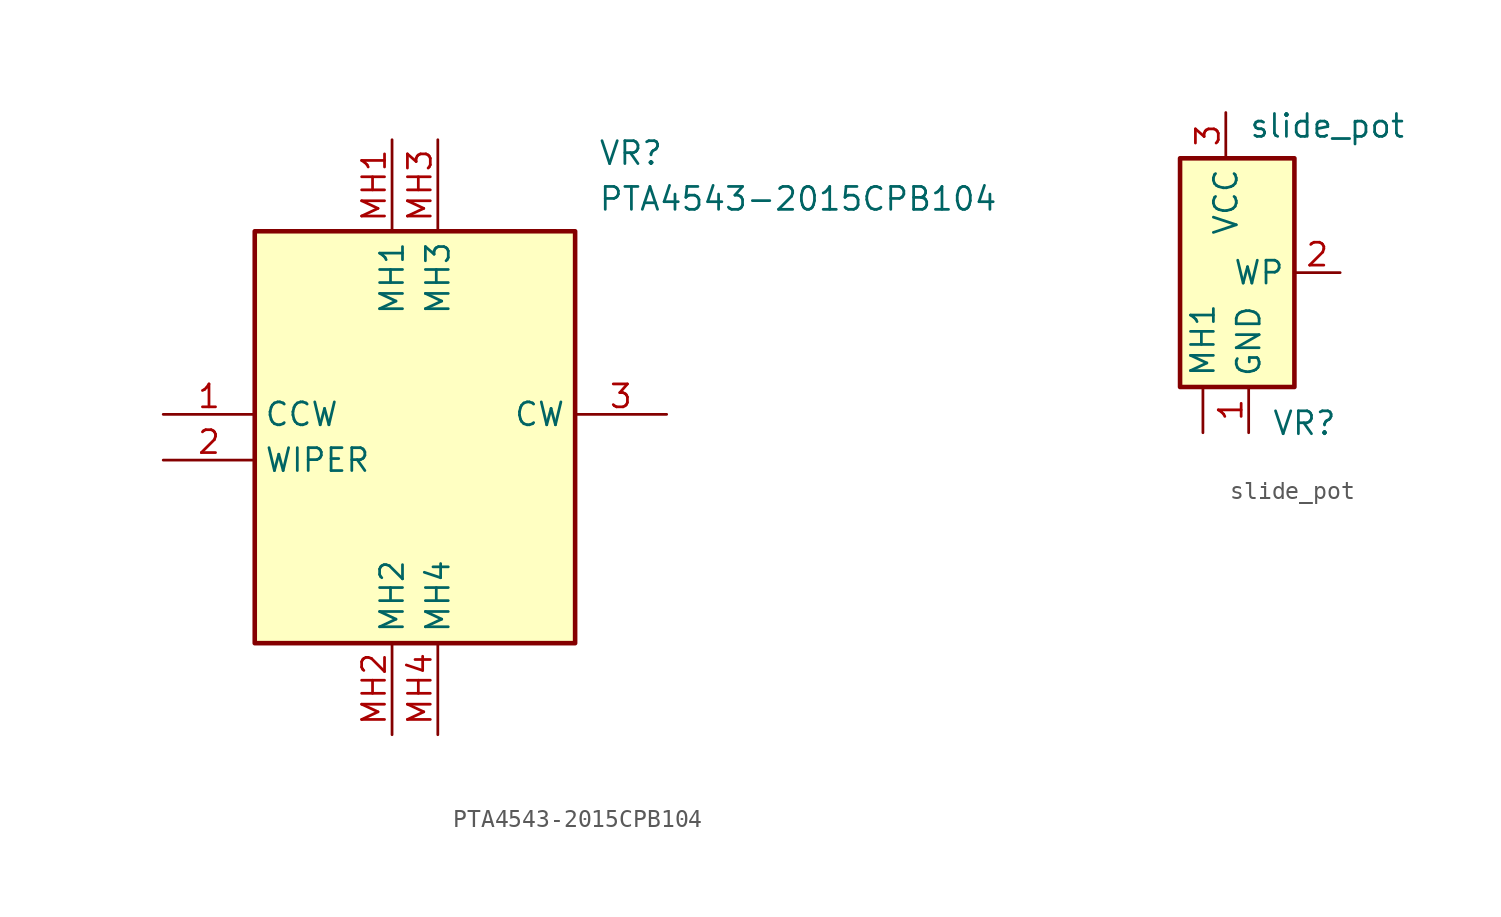
<source format=kicad_sym>
(kicad_symbol_lib
  (version 20220914)
  (generator kicad_symbol_editor)
  (symbol "PTA4543-2015CPB104"
    (property "Reference" "VR"
      (at 24.13 15.24 0)
      (effects (font (size 1.27 1.27)) (justify left top)))
    (property "Value" "PTA4543-2015CPB104"
      (at 24.13 12.7 0)
      (effects (font (size 1.27 1.27)) (justify left top)))
    (symbol "PTA4543-2015CPB104_1_1"
      (rectangle (start 5.08 10.16) (end 22.86 -12.7) (stroke (width 0.254) (type default)) (fill (type background)))
      (pin passive line (at 0 0 0) (length 5.08) (name "CCW" (effects (font (size 1.27 1.27)))) (number "1" (effects (font (size 1.27 1.27)))))
      (pin passive line (at 0 -2.54 0) (length 5.08) (name "WIPER" (effects (font (size 1.27 1.27)))) (number "2" (effects (font (size 1.27 1.27)))))
      (pin passive line (at 27.94 0 180) (length 5.08) (name "CW" (effects (font (size 1.27 1.27)))) (number "3" (effects (font (size 1.27 1.27)))))
      (pin passive line (at 12.7 15.24 270) (length 5.08) (name "MH1" (effects (font (size 1.27 1.27)))) (number "MH1" (effects (font (size 1.27 1.27)))))
      (pin passive line (at 12.7 -17.78 90) (length 5.08) (name "MH2" (effects (font (size 1.27 1.27)))) (number "MH2" (effects (font (size 1.27 1.27)))))
      (pin passive line (at 15.24 15.24 270) (length 5.08) (name "MH3" (effects (font (size 1.27 1.27)))) (number "MH3" (effects (font (size 1.27 1.27)))))
      (pin passive line (at 15.24 -17.78 90) (length 5.08) (name "MH4" (effects (font (size 1.27 1.27)))) (number "MH4" (effects (font (size 1.27 1.27)))))))
  (symbol "slide_pot"
    (property "Reference" "VR"
      (at 10.16 -13.97 0)
      (effects (font (size 1.27 1.27)) (justify left top)))
    (property "Value" "slide_pot"
      (at 8.89 2.54 0)
      (effects (font (size 1.27 1.27)) (justify left top)))
    (symbol "slide_pot_1_1"
      (rectangle (start 5.08 0) (end 11.43 -12.7) (stroke (width 0.254) (type default)) (fill (type background)))
      (pin passive line (at 6.35 -15.24 90) (length 2.54) (name "MH1" (effects (font (size 1.27 1.27)))) (number "" (effects (font (size 1.27 1.27)))))
      (pin passive line (at 8.89 -15.24 90) (length 2.54) (name "GND" (effects (font (size 1.27 1.27)))) (number "1" (effects (font (size 1.27 1.27)))))
      (pin passive line (at 13.97 -6.35 180) (length 2.54) (name "WP" (effects (font (size 1.27 1.27)))) (number "2" (effects (font (size 1.27 1.27)))))
      (pin passive line (at 7.62 2.54 270) (length 2.54) (name "VCC" (effects (font (size 1.27 1.27)))) (number "3" (effects (font (size 1.27 1.27)))))
      (pin passive line (at 6.35 -15.24 90) (length 2.54) hide (name "MH2" (effects (font (size 1.27 1.27)))) (number "MH2" (effects (font (size 1.27 1.27)))))
      (pin passive line (at 6.35 -15.24 90) (length 2.54) hide (name "MH3" (effects (font (size 1.27 1.27)))) (number "MH3" (effects (font (size 1.27 1.27)))))
      (pin passive line (at 6.35 -15.24 90) (length 2.54) hide (name "MH4" (effects (font (size 1.27 1.27)))) (number "MH4" (effects (font (size 1.27 1.27))))))))
</source>
